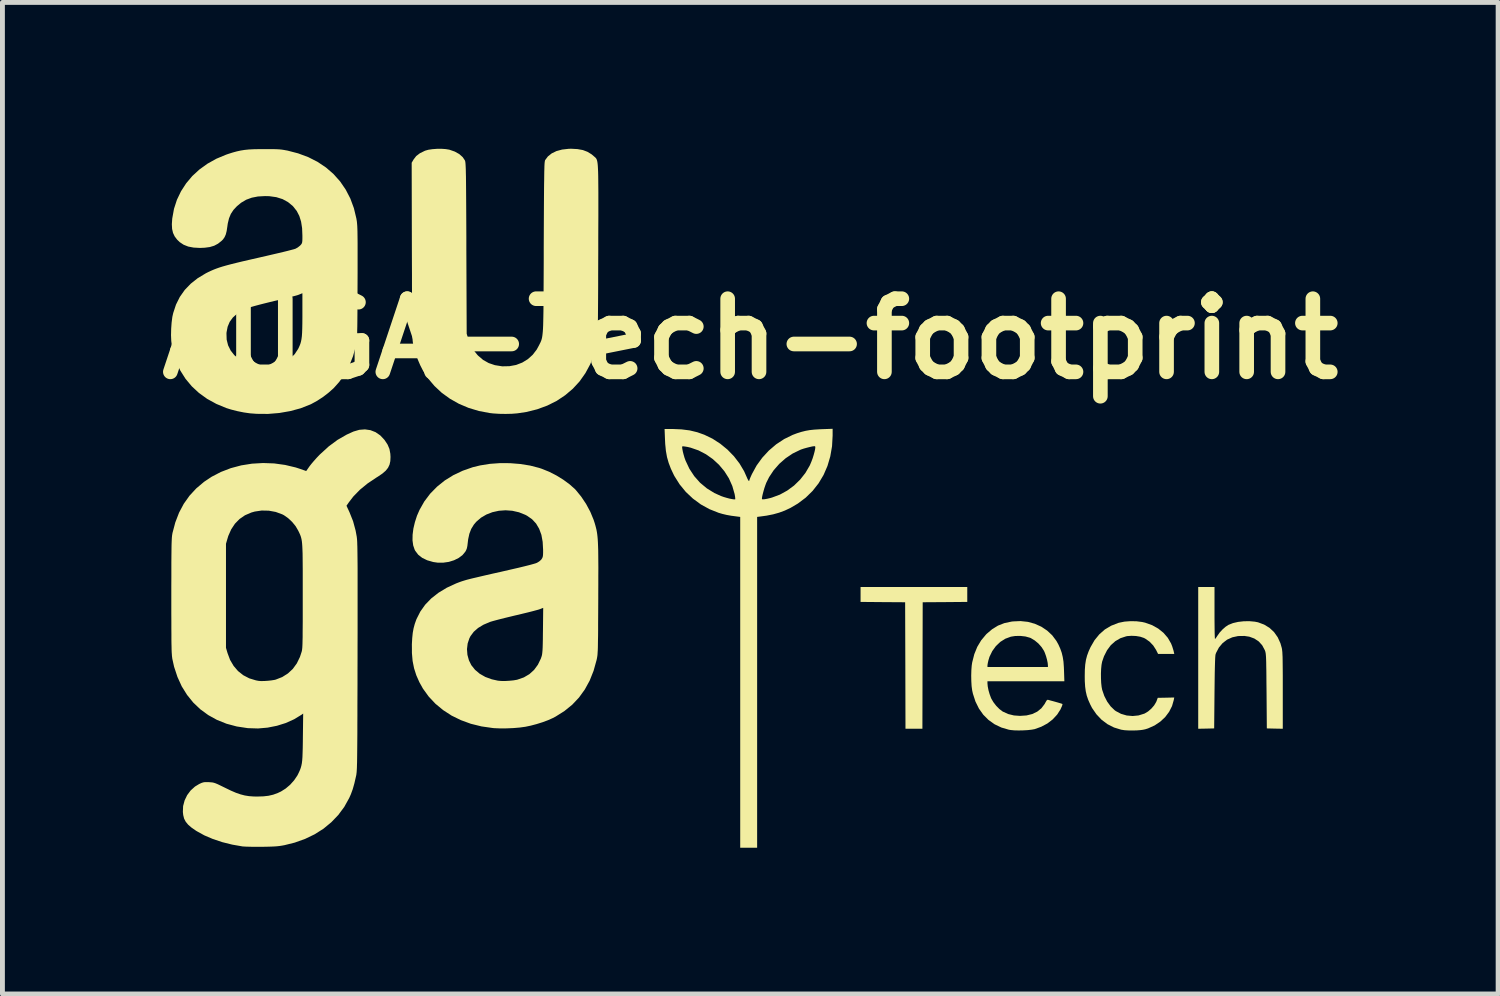
<source format=kicad_pcb>
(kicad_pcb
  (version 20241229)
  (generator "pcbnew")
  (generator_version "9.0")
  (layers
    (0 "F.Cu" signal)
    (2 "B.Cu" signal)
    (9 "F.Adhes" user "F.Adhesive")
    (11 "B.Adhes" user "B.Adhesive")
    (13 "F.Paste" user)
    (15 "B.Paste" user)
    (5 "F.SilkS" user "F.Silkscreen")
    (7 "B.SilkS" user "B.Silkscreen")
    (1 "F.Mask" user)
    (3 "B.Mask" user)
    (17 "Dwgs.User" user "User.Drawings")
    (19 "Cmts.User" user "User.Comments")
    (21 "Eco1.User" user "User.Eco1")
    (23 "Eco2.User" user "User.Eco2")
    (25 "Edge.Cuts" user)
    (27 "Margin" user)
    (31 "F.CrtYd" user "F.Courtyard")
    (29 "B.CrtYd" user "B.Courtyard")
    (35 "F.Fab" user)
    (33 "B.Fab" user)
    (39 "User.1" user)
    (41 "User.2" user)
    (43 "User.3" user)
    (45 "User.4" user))
  (footprint "AUGA-Tech-footprint"
    (layer "F.Cu")
    (at 11.836 7.147)
    (property "Reference" "AUGA-Tech-footprint" (at 0.5 -3.25 0) (layer "F.SilkS") (effects (font (size 1.5 1.5) (thickness 0.3))))
    (attr board_only exclude_from_pos_files exclude_from_bom)
    (fp_poly (pts (xy 4.949 1.993) (xy 4.949 2.146) (xy 4.492 2.15) (xy 4.035 2.153) (xy 4.032 3.45) (xy 4.029 4.747) (xy 3.855 4.747) (xy 3.682 4.747) (xy 3.679 3.45) (xy 3.675 2.153) (xy 3.218 2.15) (xy 2.761 2.146) (xy 2.761 1.993) (xy 2.761 1.84) (xy 3.855 1.84) (xy 4.949 1.84)) (stroke (width 0) (type solid)) (fill yes) (layer "F.SilkS"))
    (fp_poly (pts (xy 10.019 2.373) (xy 10.019 2.49) (xy 10.02 2.597) (xy 10.021 2.693) (xy 10.022 2.775) (xy 10.024 2.839) (xy 10.026 2.883) (xy 10.028 2.905) (xy 10.029 2.906) (xy 10.04 2.896) (xy 10.06 2.868) (xy 10.079 2.839) (xy 10.124 2.775) (xy 10.183 2.711) (xy 10.247 2.655) (xy 10.308 2.615) (xy 10.31 2.615) (xy 10.398 2.58) (xy 10.503 2.556) (xy 10.617 2.543) (xy 10.734 2.541) (xy 10.844 2.551) (xy 10.911 2.564) (xy 11.037 2.611) (xy 11.147 2.678) (xy 11.24 2.765) (xy 11.315 2.871) (xy 11.371 2.994) (xy 11.398 3.089) (xy 11.403 3.113) (xy 11.406 3.141) (xy 11.41 3.176) (xy 11.412 3.22) (xy 11.415 3.274) (xy 11.416 3.342) (xy 11.417 3.426) (xy 11.418 3.527) (xy 11.419 3.648) (xy 11.419 3.791) (xy 11.419 3.959) (xy 11.419 3.966) (xy 11.419 4.747) (xy 11.256 4.744) (xy 11.092 4.74) (xy 11.086 3.973) (xy 11.084 3.811) (xy 11.083 3.673) (xy 11.082 3.558) (xy 11.08 3.462) (xy 11.079 3.384) (xy 11.077 3.322) (xy 11.075 3.273) (xy 11.072 3.235) (xy 11.069 3.205) (xy 11.065 3.183) (xy 11.061 3.164) (xy 11.055 3.148) (xy 11.049 3.131) (xy 11.048 3.131) (xy 10.996 3.034) (xy 10.925 2.956) (xy 10.836 2.897) (xy 10.733 2.859) (xy 10.634 2.844) (xy 10.503 2.846) (xy 10.384 2.872) (xy 10.277 2.92) (xy 10.186 2.99) (xy 10.11 3.08) (xy 10.052 3.19) (xy 10.041 3.22) (xy 10.037 3.243) (xy 10.033 3.294) (xy 10.03 3.369) (xy 10.027 3.47) (xy 10.024 3.596) (xy 10.022 3.745) (xy 10.02 3.918) (xy 10.019 4) (xy 10.012 4.74) (xy 9.849 4.744) (xy 9.685 4.747) (xy 9.685 3.294) (xy 9.685 1.84) (xy 9.852 1.84) (xy 10.019 1.84)) (stroke (width 0) (type solid)) (fill yes) (layer "F.SilkS"))
    (fp_poly (pts (xy 8.419 2.543) (xy 8.536 2.558) (xy 8.597 2.572) (xy 8.74 2.623) (xy 8.865 2.693) (xy 8.973 2.78) (xy 9.061 2.882) (xy 9.128 2.998) (xy 9.151 3.056) (xy 9.166 3.104) (xy 9.18 3.15) (xy 9.184 3.17) (xy 9.194 3.213) (xy 9.028 3.213) (xy 8.862 3.213) (xy 8.82 3.129) (xy 8.762 3.039) (xy 8.686 2.96) (xy 8.597 2.898) (xy 8.569 2.884) (xy 8.497 2.86) (xy 8.409 2.845) (xy 8.317 2.841) (xy 8.23 2.847) (xy 8.206 2.852) (xy 8.09 2.89) (xy 7.985 2.951) (xy 7.892 3.034) (xy 7.815 3.138) (xy 7.753 3.26) (xy 7.714 3.373) (xy 7.702 3.438) (xy 7.694 3.521) (xy 7.69 3.615) (xy 7.691 3.713) (xy 7.695 3.807) (xy 7.704 3.889) (xy 7.715 3.947) (xy 7.759 4.075) (xy 7.818 4.19) (xy 7.89 4.289) (xy 7.971 4.367) (xy 7.996 4.385) (xy 8.102 4.441) (xy 8.218 4.475) (xy 8.34 4.486) (xy 8.461 4.474) (xy 8.577 4.438) (xy 8.589 4.433) (xy 8.657 4.392) (xy 8.723 4.335) (xy 8.781 4.268) (xy 8.821 4.201) (xy 8.829 4.184) (xy 8.855 4.113) (xy 9.024 4.11) (xy 9.193 4.106) (xy 9.184 4.156) (xy 9.148 4.282) (xy 9.088 4.4) (xy 9.007 4.508) (xy 8.907 4.601) (xy 8.791 4.679) (xy 8.66 4.738) (xy 8.649 4.742) (xy 8.598 4.758) (xy 8.55 4.768) (xy 8.498 4.775) (xy 8.433 4.78) (xy 8.371 4.782) (xy 8.263 4.782) (xy 8.175 4.777) (xy 8.104 4.766) (xy 7.958 4.721) (xy 7.824 4.653) (xy 7.703 4.562) (xy 7.598 4.451) (xy 7.508 4.321) (xy 7.469 4.245) (xy 7.429 4.154) (xy 7.399 4.067) (xy 7.379 3.979) (xy 7.366 3.882) (xy 7.359 3.77) (xy 7.358 3.667) (xy 7.36 3.538) (xy 7.368 3.43) (xy 7.383 3.334) (xy 7.406 3.246) (xy 7.438 3.159) (xy 7.477 3.073) (xy 7.559 2.931) (xy 7.657 2.811) (xy 7.769 2.712) (xy 7.898 2.635) (xy 8.042 2.578) (xy 8.065 2.572) (xy 8.173 2.55) (xy 8.294 2.541)) (stroke (width 0) (type solid)) (fill yes) (layer "F.SilkS"))
    (fp_poly (pts (xy 6.192 2.555) (xy 6.334 2.594) (xy 6.467 2.654) (xy 6.587 2.734) (xy 6.691 2.831) (xy 6.777 2.946) (xy 6.816 3.016) (xy 6.856 3.104) (xy 6.886 3.189) (xy 6.907 3.276) (xy 6.922 3.372) (xy 6.93 3.485) (xy 6.933 3.557) (xy 6.94 3.773) (xy 6.152 3.773) (xy 5.363 3.773) (xy 5.363 3.817) (xy 5.369 3.88) (xy 5.384 3.957) (xy 5.407 4.037) (xy 5.434 4.11) (xy 5.442 4.129) (xy 5.485 4.202) (xy 5.542 4.276) (xy 5.607 4.342) (xy 5.673 4.392) (xy 5.68 4.396) (xy 5.787 4.445) (xy 5.906 4.474) (xy 6.03 4.483) (xy 6.164 4.474) (xy 6.282 4.445) (xy 6.384 4.396) (xy 6.469 4.327) (xy 6.535 4.24) (xy 6.554 4.205) (xy 6.577 4.166) (xy 6.597 4.152) (xy 6.603 4.153) (xy 6.624 4.159) (xy 6.664 4.17) (xy 6.717 4.184) (xy 6.757 4.195) (xy 6.813 4.211) (xy 6.86 4.225) (xy 6.891 4.235) (xy 6.901 4.24) (xy 6.9 4.255) (xy 6.889 4.287) (xy 6.869 4.331) (xy 6.862 4.348) (xy 6.792 4.457) (xy 6.701 4.555) (xy 6.592 4.639) (xy 6.466 4.706) (xy 6.33 4.755) (xy 6.268 4.766) (xy 6.188 4.775) (xy 6.097 4.78) (xy 6.004 4.782) (xy 5.915 4.78) (xy 5.84 4.773) (xy 5.803 4.767) (xy 5.649 4.722) (xy 5.509 4.655) (xy 5.385 4.567) (xy 5.277 4.459) (xy 5.188 4.333) (xy 5.117 4.189) (xy 5.065 4.029) (xy 5.05 3.962) (xy 5.038 3.874) (xy 5.032 3.769) (xy 5.03 3.657) (xy 5.033 3.546) (xy 5.038 3.48) (xy 5.363 3.48) (xy 5.983 3.48) (xy 6.603 3.48) (xy 6.603 3.45) (xy 6.598 3.397) (xy 6.584 3.329) (xy 6.564 3.257) (xy 6.54 3.19) (xy 6.523 3.151) (xy 6.474 3.074) (xy 6.408 2.999) (xy 6.332 2.936) (xy 6.254 2.889) (xy 6.236 2.881) (xy 6.143 2.855) (xy 6.037 2.843) (xy 5.931 2.845) (xy 5.843 2.859) (xy 5.729 2.901) (xy 5.626 2.966) (xy 5.536 3.052) (xy 5.462 3.154) (xy 5.405 3.271) (xy 5.383 3.343) (xy 5.372 3.39) (xy 5.365 3.431) (xy 5.363 3.449) (xy 5.363 3.48) (xy 5.038 3.48) (xy 5.041 3.446) (xy 5.05 3.387) (xy 5.093 3.218) (xy 5.154 3.068) (xy 5.234 2.934) (xy 5.335 2.813) (xy 5.348 2.8) (xy 5.46 2.705) (xy 5.579 2.632) (xy 5.709 2.581) (xy 5.855 2.55) (xy 5.885 2.546) (xy 6.041 2.539)) (stroke (width 0) (type solid)) (fill yes) (layer "F.SilkS"))
    (fp_poly (pts (xy 2.188 -1.265) (xy 2.176 -1.046) (xy 2.14 -0.838) (xy 2.082 -0.641) (xy 2.002 -0.457) (xy 1.9 -0.286) (xy 1.778 -0.131) (xy 1.636 0.008) (xy 1.475 0.129) (xy 1.324 0.218) (xy 1.207 0.273) (xy 1.091 0.316) (xy 0.969 0.35) (xy 0.833 0.377) (xy 0.71 0.394) (xy 0.64 0.403) (xy 0.64 3.795) (xy 0.64 7.187) (xy 0.467 7.187) (xy 0.293 7.187) (xy 0.293 3.795) (xy 0.293 0.403) (xy 0.223 0.394) (xy 0.109 0.379) (xy 0.014 0.362) (xy -0.07 0.342) (xy -0.149 0.319) (xy -0.338 0.244) (xy -0.514 0.147) (xy -0.676 0.028) (xy -0.822 -0.109) (xy -0.949 -0.264) (xy -1.056 -0.434) (xy -1.07 -0.461) (xy -1.129 -0.586) (xy -1.174 -0.704) (xy -1.208 -0.823) (xy -1.231 -0.951) (xy -1.238 -1.024) (xy -0.898 -1.024) (xy -0.893 -0.986) (xy -0.883 -0.934) (xy -0.868 -0.875) (xy -0.85 -0.813) (xy -0.83 -0.757) (xy -0.828 -0.752) (xy -0.749 -0.584) (xy -0.649 -0.432) (xy -0.53 -0.298) (xy -0.392 -0.183) (xy -0.237 -0.087) (xy -0.102 -0.026) (xy -0.046 -0.006) (xy 0.015 0.012) (xy 0.075 0.028) (xy 0.128 0.038) (xy 0.168 0.044) (xy 0.189 0.042) (xy 0.19 0.042) (xy 0.192 0.025) (xy 0.191 0.024) (xy 0.738 0.024) (xy 0.74 0.039) (xy 0.757 0.043) (xy 0.795 0.04) (xy 0.85 0.03) (xy 0.917 0.014) (xy 0.947 0.005) (xy 1.106 -0.054) (xy 1.257 -0.137) (xy 1.397 -0.24) (xy 1.522 -0.362) (xy 1.63 -0.499) (xy 1.717 -0.648) (xy 1.728 -0.672) (xy 1.754 -0.734) (xy 1.779 -0.801) (xy 1.8 -0.869) (xy 1.817 -0.932) (xy 1.829 -0.986) (xy 1.833 -1.025) (xy 1.829 -1.045) (xy 1.828 -1.046) (xy 1.808 -1.047) (xy 1.769 -1.042) (xy 1.717 -1.03) (xy 1.657 -1.015) (xy 1.596 -0.998) (xy 1.54 -0.979) (xy 1.521 -0.971) (xy 1.369 -0.897) (xy 1.226 -0.801) (xy 1.095 -0.686) (xy 0.98 -0.555) (xy 0.885 -0.412) (xy 0.827 -0.296) (xy 0.808 -0.245) (xy 0.788 -0.186) (xy 0.77 -0.123) (xy 0.754 -0.063) (xy 0.743 -0.012) (xy 0.738 0.024) (xy 0.191 0.024) (xy 0.188 -0.01) (xy 0.18 -0.057) (xy 0.178 -0.067) (xy 0.131 -0.231) (xy 0.061 -0.388) (xy -0.031 -0.533) (xy -0.142 -0.666) (xy -0.269 -0.783) (xy -0.41 -0.882) (xy -0.562 -0.961) (xy -0.724 -1.017) (xy -0.787 -1.032) (xy -0.836 -1.04) (xy -0.874 -1.045) (xy -0.894 -1.044) (xy -0.895 -1.043) (xy -0.898 -1.024) (xy -1.238 -1.024) (xy -1.245 -1.092) (xy -1.25 -1.197) (xy -1.258 -1.4) (xy -1.092 -1.4) (xy -0.909 -1.392) (xy -0.743 -1.371) (xy -0.586 -1.333) (xy -0.443 -1.282) (xy -0.275 -1.201) (xy -0.116 -1.098) (xy 0.032 -0.977) (xy 0.165 -0.84) (xy 0.279 -0.692) (xy 0.373 -0.534) (xy 0.422 -0.424) (xy 0.444 -0.374) (xy 0.462 -0.342) (xy 0.474 -0.332) (xy 0.48 -0.343) (xy 0.48 -0.348) (xy 0.486 -0.366) (xy 0.5 -0.402) (xy 0.521 -0.449) (xy 0.534 -0.477) (xy 0.629 -0.651) (xy 0.746 -0.812) (xy 0.881 -0.958) (xy 1.031 -1.086) (xy 1.195 -1.194) (xy 1.369 -1.279) (xy 1.459 -1.313) (xy 1.549 -1.341) (xy 1.633 -1.362) (xy 1.717 -1.377) (xy 1.81 -1.387) (xy 1.92 -1.394) (xy 1.964 -1.396) (xy 2.188 -1.404)) (stroke (width 0) (type solid)) (fill yes) (layer "F.SilkS"))
    (fp_poly (pts (xy -3.046 -7.14) (xy -2.934 -7.12) (xy -2.839 -7.084) (xy -2.754 -7.032) (xy -2.714 -6.998) (xy -2.7 -6.986) (xy -2.687 -6.975) (xy -2.676 -6.965) (xy -2.666 -6.954) (xy -2.657 -6.941) (xy -2.649 -6.924) (xy -2.642 -6.902) (xy -2.636 -6.874) (xy -2.631 -6.838) (xy -2.627 -6.794) (xy -2.624 -6.738) (xy -2.621 -6.671) (xy -2.619 -6.591) (xy -2.618 -6.497) (xy -2.617 -6.386) (xy -2.616 -6.259) (xy -2.616 -6.113) (xy -2.616 -5.947) (xy -2.616 -5.76) (xy -2.617 -5.551) (xy -2.618 -5.317) (xy -2.618 -5.059) (xy -2.618 -5.047) (xy -2.619 -4.79) (xy -2.62 -4.559) (xy -2.62 -4.352) (xy -2.621 -4.167) (xy -2.622 -4.003) (xy -2.623 -3.859) (xy -2.624 -3.733) (xy -2.625 -3.624) (xy -2.626 -3.531) (xy -2.627 -3.451) (xy -2.629 -3.384) (xy -2.63 -3.328) (xy -2.632 -3.282) (xy -2.634 -3.245) (xy -2.637 -3.214) (xy -2.639 -3.189) (xy -2.642 -3.168) (xy -2.646 -3.15) (xy -2.646 -3.147) (xy -2.703 -2.932) (xy -2.781 -2.731) (xy -2.881 -2.546) (xy -3 -2.377) (xy -3.139 -2.226) (xy -3.297 -2.092) (xy -3.471 -1.976) (xy -3.663 -1.88) (xy -3.87 -1.804) (xy -4.092 -1.749) (xy -4.276 -1.721) (xy -4.389 -1.712) (xy -4.517 -1.709) (xy -4.648 -1.711) (xy -4.772 -1.719) (xy -4.843 -1.727) (xy -5.066 -1.769) (xy -5.278 -1.833) (xy -5.476 -1.917) (xy -5.66 -2.021) (xy -5.827 -2.142) (xy -5.977 -2.282) (xy -6.108 -2.437) (xy -6.218 -2.608) (xy -6.269 -2.708) (xy -6.318 -2.822) (xy -6.358 -2.933) (xy -6.393 -3.055) (xy -6.407 -3.112) (xy -6.411 -3.13) (xy -6.415 -3.147) (xy -6.418 -3.165) (xy -6.421 -3.186) (xy -6.424 -3.212) (xy -6.426 -3.242) (xy -6.428 -3.28) (xy -6.43 -3.325) (xy -6.431 -3.381) (xy -6.432 -3.447) (xy -6.434 -3.526) (xy -6.435 -3.619) (xy -6.435 -3.728) (xy -6.436 -3.853) (xy -6.437 -3.996) (xy -6.437 -4.158) (xy -6.438 -4.342) (xy -6.438 -4.548) (xy -6.439 -4.778) (xy -6.44 -5.033) (xy -6.44 -5.047) (xy -6.444 -6.86) (xy -6.404 -6.928) (xy -6.351 -6.997) (xy -6.275 -7.055) (xy -6.175 -7.104) (xy -6.165 -7.108) (xy -6.101 -7.126) (xy -6.02 -7.138) (xy -5.928 -7.145) (xy -5.835 -7.146) (xy -5.748 -7.14) (xy -5.675 -7.128) (xy -5.67 -7.127) (xy -5.561 -7.089) (xy -5.469 -7.038) (xy -5.398 -6.975) (xy -5.354 -6.91) (xy -5.351 -6.902) (xy -5.347 -6.892) (xy -5.345 -6.878) (xy -5.342 -6.86) (xy -5.34 -6.836) (xy -5.338 -6.804) (xy -5.336 -6.763) (xy -5.334 -6.713) (xy -5.333 -6.65) (xy -5.331 -6.575) (xy -5.33 -6.485) (xy -5.329 -6.379) (xy -5.328 -6.256) (xy -5.327 -6.115) (xy -5.326 -5.954) (xy -5.325 -5.771) (xy -5.324 -5.566) (xy -5.323 -5.337) (xy -5.323 -5.107) (xy -5.316 -3.353) (xy -5.285 -3.253) (xy -5.238 -3.129) (xy -5.179 -3.022) (xy -5.102 -2.926) (xy -5.083 -2.905) (xy -4.98 -2.817) (xy -4.865 -2.752) (xy -4.738 -2.709) (xy -4.594 -2.686) (xy -4.583 -2.685) (xy -4.439 -2.688) (xy -4.303 -2.713) (xy -4.176 -2.762) (xy -4.062 -2.832) (xy -3.963 -2.921) (xy -3.88 -3.029) (xy -3.844 -3.095) (xy -3.829 -3.123) (xy -3.817 -3.148) (xy -3.805 -3.171) (xy -3.795 -3.194) (xy -3.786 -3.217) (xy -3.778 -3.243) (xy -3.771 -3.272) (xy -3.765 -3.307) (xy -3.76 -3.349) (xy -3.755 -3.399) (xy -3.751 -3.458) (xy -3.748 -3.528) (xy -3.746 -3.611) (xy -3.744 -3.707) (xy -3.742 -3.819) (xy -3.741 -3.948) (xy -3.74 -4.095) (xy -3.739 -4.261) (xy -3.738 -4.449) (xy -3.737 -4.659) (xy -3.736 -4.893) (xy -3.736 -5.12) (xy -3.735 -5.373) (xy -3.734 -5.601) (xy -3.733 -5.805) (xy -3.732 -5.987) (xy -3.731 -6.147) (xy -3.73 -6.287) (xy -3.729 -6.409) (xy -3.727 -6.514) (xy -3.726 -6.602) (xy -3.725 -6.677) (xy -3.723 -6.738) (xy -3.722 -6.787) (xy -3.72 -6.826) (xy -3.718 -6.857) (xy -3.715 -6.879) (xy -3.713 -6.895) (xy -3.71 -6.906) (xy -3.707 -6.914) (xy -3.707 -6.914) (xy -3.65 -6.99) (xy -3.572 -7.052) (xy -3.475 -7.099) (xy -3.36 -7.13) (xy -3.229 -7.145) (xy -3.177 -7.147)) (stroke (width 0) (type solid)) (fill yes) (layer "F.SilkS"))
    (fp_poly (pts (xy -4.425 -0.699) (xy -4.216 -0.682) (xy -4.016 -0.65) (xy -3.83 -0.602) (xy -3.776 -0.584) (xy -3.625 -0.523) (xy -3.476 -0.447) (xy -3.335 -0.36) (xy -3.207 -0.266) (xy -3.098 -0.169) (xy -3.076 -0.146) (xy -2.967 -0.012) (xy -2.867 0.138) (xy -2.781 0.298) (xy -2.714 0.46) (xy -2.689 0.536) (xy -2.676 0.582) (xy -2.665 0.624) (xy -2.655 0.665) (xy -2.647 0.708) (xy -2.64 0.753) (xy -2.634 0.803) (xy -2.629 0.86) (xy -2.625 0.926) (xy -2.622 1.003) (xy -2.619 1.091) (xy -2.618 1.195) (xy -2.617 1.314) (xy -2.616 1.452) (xy -2.617 1.611) (xy -2.617 1.791) (xy -2.618 1.996) (xy -2.618 2.074) (xy -2.619 2.274) (xy -2.62 2.449) (xy -2.621 2.601) (xy -2.621 2.733) (xy -2.622 2.845) (xy -2.624 2.939) (xy -2.625 3.019) (xy -2.626 3.084) (xy -2.628 3.139) (xy -2.631 3.183) (xy -2.633 3.219) (xy -2.636 3.249) (xy -2.64 3.275) (xy -2.644 3.299) (xy -2.649 3.322) (xy -2.653 3.34) (xy -2.714 3.559) (xy -2.794 3.76) (xy -2.894 3.942) (xy -3.013 4.107) (xy -3.152 4.254) (xy -3.311 4.383) (xy -3.49 4.496) (xy -3.553 4.529) (xy -3.647 4.571) (xy -3.76 4.613) (xy -3.881 4.651) (xy -4.002 4.683) (xy -4.111 4.706) (xy -4.227 4.722) (xy -4.357 4.733) (xy -4.494 4.739) (xy -4.627 4.74) (xy -4.747 4.735) (xy -4.781 4.732) (xy -5.012 4.699) (xy -5.231 4.645) (xy -5.436 4.57) (xy -5.626 4.477) (xy -5.8 4.364) (xy -5.957 4.234) (xy -6.095 4.087) (xy -6.213 3.924) (xy -6.286 3.793) (xy -6.349 3.651) (xy -6.395 3.507) (xy -6.425 3.357) (xy -6.439 3.195) (xy -6.439 3.114) (xy -5.31 3.114) (xy -5.301 3.231) (xy -5.27 3.344) (xy -5.221 3.443) (xy -5.145 3.538) (xy -5.049 3.619) (xy -4.933 3.685) (xy -4.801 3.733) (xy -4.676 3.761) (xy -4.611 3.767) (xy -4.53 3.768) (xy -4.443 3.763) (xy -4.359 3.755) (xy -4.288 3.743) (xy -4.276 3.74) (xy -4.144 3.694) (xy -4.03 3.627) (xy -3.934 3.54) (xy -3.856 3.434) (xy -3.795 3.308) (xy -3.781 3.267) (xy -3.774 3.243) (xy -3.769 3.216) (xy -3.765 3.182) (xy -3.761 3.137) (xy -3.758 3.079) (xy -3.756 3.005) (xy -3.754 2.912) (xy -3.753 2.797) (xy -3.752 2.731) (xy -3.747 2.268) (xy -3.817 2.295) (xy -3.847 2.305) (xy -3.899 2.319) (xy -3.97 2.338) (xy -4.056 2.36) (xy -4.152 2.383) (xy -4.257 2.409) (xy -4.315 2.422) (xy -4.423 2.448) (xy -4.526 2.473) (xy -4.622 2.497) (xy -4.706 2.519) (xy -4.773 2.537) (xy -4.821 2.551) (xy -4.836 2.556) (xy -4.971 2.613) (xy -5.082 2.68) (xy -5.17 2.757) (xy -5.237 2.846) (xy -5.26 2.89) (xy -5.296 2.998) (xy -5.31 3.114) (xy -6.439 3.114) (xy -6.44 3.016) (xy -6.433 2.889) (xy -6.422 2.781) (xy -6.405 2.687) (xy -6.381 2.598) (xy -6.349 2.508) (xy -6.345 2.498) (xy -6.267 2.344) (xy -6.166 2.202) (xy -6.042 2.074) (xy -5.894 1.958) (xy -5.724 1.855) (xy -5.531 1.766) (xy -5.497 1.753) (xy -5.463 1.74) (xy -5.43 1.728) (xy -5.396 1.717) (xy -5.357 1.705) (xy -5.313 1.692) (xy -5.259 1.678) (xy -5.195 1.662) (xy -5.117 1.644) (xy -5.024 1.622) (xy -4.913 1.596) (xy -4.782 1.566) (xy -4.628 1.532) (xy -4.547 1.513) (xy -4.39 1.477) (xy -4.251 1.445) (xy -4.132 1.416) (xy -4.032 1.391) (xy -3.955 1.37) (xy -3.901 1.354) (xy -3.873 1.343) (xy -3.829 1.316) (xy -3.791 1.283) (xy -3.779 1.267) (xy -3.765 1.244) (xy -3.756 1.219) (xy -3.751 1.186) (xy -3.749 1.138) (xy -3.749 1.077) (xy -3.758 0.914) (xy -3.784 0.77) (xy -3.83 0.646) (xy -3.893 0.539) (xy -3.976 0.45) (xy -4.078 0.379) (xy -4.114 0.36) (xy -4.244 0.308) (xy -4.381 0.277) (xy -4.519 0.267) (xy -4.656 0.277) (xy -4.788 0.306) (xy -4.912 0.354) (xy -5.023 0.419) (xy -5.119 0.502) (xy -5.169 0.561) (xy -5.223 0.649) (xy -5.261 0.748) (xy -5.286 0.863) (xy -5.294 0.93) (xy -5.302 0.997) (xy -5.312 1.046) (xy -5.327 1.085) (xy -5.345 1.117) (xy -5.403 1.187) (xy -5.482 1.246) (xy -5.576 1.292) (xy -5.682 1.325) (xy -5.795 1.341) (xy -5.911 1.341) (xy -6.001 1.328) (xy -6.126 1.292) (xy -6.229 1.242) (xy -6.311 1.177) (xy -6.372 1.096) (xy -6.384 1.072) (xy -6.413 0.987) (xy -6.427 0.884) (xy -6.425 0.768) (xy -6.409 0.642) (xy -6.378 0.511) (xy -6.335 0.378) (xy -6.283 0.259) (xy -6.185 0.086) (xy -6.065 -0.073) (xy -5.925 -0.216) (xy -5.766 -0.344) (xy -5.59 -0.453) (xy -5.398 -0.544) (xy -5.192 -0.616) (xy -5.04 -0.653) (xy -4.842 -0.685) (xy -4.635 -0.7)) (stroke (width 0) (type solid)) (fill yes) (layer "F.SilkS"))
    (fp_poly (pts (xy -9.37 -7.139) (xy -9.284 -7.139) (xy -9.215 -7.137) (xy -9.158 -7.134) (xy -9.109 -7.129) (xy -9.063 -7.122) (xy -9.014 -7.113) (xy -8.995 -7.11) (xy -8.772 -7.052) (xy -8.565 -6.975) (xy -8.374 -6.878) (xy -8.201 -6.762) (xy -8.047 -6.628) (xy -7.912 -6.477) (xy -7.797 -6.309) (xy -7.702 -6.126) (xy -7.629 -5.928) (xy -7.578 -5.716) (xy -7.569 -5.662) (xy -7.566 -5.634) (xy -7.563 -5.602) (xy -7.56 -5.563) (xy -7.558 -5.515) (xy -7.556 -5.457) (xy -7.555 -5.387) (xy -7.554 -5.303) (xy -7.553 -5.203) (xy -7.553 -5.085) (xy -7.553 -4.949) (xy -7.553 -4.791) (xy -7.553 -4.61) (xy -7.554 -4.404) (xy -7.554 -4.382) (xy -7.555 -4.18) (xy -7.556 -4.003) (xy -7.556 -3.85) (xy -7.557 -3.717) (xy -7.558 -3.603) (xy -7.559 -3.508) (xy -7.561 -3.427) (xy -7.562 -3.36) (xy -7.564 -3.306) (xy -7.566 -3.261) (xy -7.569 -3.224) (xy -7.572 -3.194) (xy -7.575 -3.168) (xy -7.579 -3.144) (xy -7.584 -3.122) (xy -7.588 -3.104) (xy -7.647 -2.892) (xy -7.723 -2.7) (xy -7.816 -2.525) (xy -7.929 -2.366) (xy -8.043 -2.238) (xy -8.144 -2.148) (xy -8.26 -2.058) (xy -8.384 -1.977) (xy -8.505 -1.911) (xy -8.527 -1.901) (xy -8.723 -1.824) (xy -8.935 -1.767) (xy -9.159 -1.728) (xy -9.39 -1.709) (xy -9.624 -1.711) (xy -9.758 -1.721) (xy -9.884 -1.739) (xy -10.018 -1.766) (xy -10.148 -1.799) (xy -10.244 -1.829) (xy -10.449 -1.914) (xy -10.637 -2.017) (xy -10.805 -2.138) (xy -10.953 -2.275) (xy -11.081 -2.428) (xy -11.188 -2.597) (xy -11.273 -2.779) (xy -11.335 -2.975) (xy -11.361 -3.098) (xy -11.374 -3.204) (xy -11.379 -3.325) (xy -11.378 -3.36) (xy -10.242 -3.36) (xy -10.238 -3.233) (xy -10.209 -3.116) (xy -10.156 -3.009) (xy -10.081 -2.914) (xy -9.982 -2.833) (xy -9.882 -2.774) (xy -9.787 -2.733) (xy -9.696 -2.705) (xy -9.601 -2.69) (xy -9.494 -2.684) (xy -9.425 -2.685) (xy -9.345 -2.689) (xy -9.283 -2.695) (xy -9.229 -2.705) (xy -9.175 -2.72) (xy -9.16 -2.725) (xy -9.034 -2.779) (xy -8.928 -2.849) (xy -8.842 -2.936) (xy -8.773 -3.041) (xy -8.764 -3.059) (xy -8.744 -3.103) (xy -8.727 -3.146) (xy -8.714 -3.191) (xy -8.704 -3.241) (xy -8.696 -3.301) (xy -8.691 -3.373) (xy -8.688 -3.46) (xy -8.686 -3.566) (xy -8.685 -3.693) (xy -8.685 -3.755) (xy -8.685 -4.184) (xy -8.761 -4.153) (xy -8.793 -4.142) (xy -8.848 -4.127) (xy -8.92 -4.108) (xy -9.007 -4.086) (xy -9.104 -4.062) (xy -9.208 -4.037) (xy -9.252 -4.027) (xy -9.359 -4.001) (xy -9.464 -3.975) (xy -9.562 -3.95) (xy -9.648 -3.927) (xy -9.719 -3.907) (xy -9.769 -3.892) (xy -9.781 -3.888) (xy -9.916 -3.829) (xy -10.026 -3.762) (xy -10.112 -3.685) (xy -10.176 -3.597) (xy -10.218 -3.497) (xy -10.24 -3.384) (xy -10.242 -3.36) (xy -11.378 -3.36) (xy -11.376 -3.454) (xy -11.367 -3.581) (xy -11.352 -3.698) (xy -11.334 -3.778) (xy -11.277 -3.951) (xy -11.198 -4.109) (xy -11.098 -4.251) (xy -10.975 -4.379) (xy -10.831 -4.493) (xy -10.663 -4.594) (xy -10.615 -4.618) (xy -10.562 -4.643) (xy -10.509 -4.666) (xy -10.453 -4.688) (xy -10.391 -4.71) (xy -10.321 -4.732) (xy -10.24 -4.755) (xy -10.146 -4.78) (xy -10.037 -4.807) (xy -9.909 -4.838) (xy -9.761 -4.872) (xy -9.59 -4.911) (xy -9.551 -4.92) (xy -9.42 -4.95) (xy -9.296 -4.979) (xy -9.18 -5.006) (xy -9.075 -5.031) (xy -8.986 -5.053) (xy -8.913 -5.072) (xy -8.86 -5.086) (xy -8.831 -5.095) (xy -8.828 -5.096) (xy -8.781 -5.122) (xy -8.738 -5.156) (xy -8.724 -5.169) (xy -8.707 -5.189) (xy -8.696 -5.208) (xy -8.689 -5.232) (xy -8.686 -5.265) (xy -8.685 -5.315) (xy -8.685 -5.366) (xy -8.691 -5.519) (xy -8.712 -5.653) (xy -8.748 -5.768) (xy -8.8 -5.869) (xy -8.869 -5.957) (xy -8.882 -5.972) (xy -8.98 -6.053) (xy -9.092 -6.114) (xy -9.22 -6.154) (xy -9.364 -6.174) (xy -9.452 -6.176) (xy -9.597 -6.168) (xy -9.724 -6.143) (xy -9.838 -6.101) (xy -9.941 -6.04) (xy -10.028 -5.968) (xy -10.099 -5.892) (xy -10.152 -5.811) (xy -10.19 -5.719) (xy -10.216 -5.61) (xy -10.224 -5.552) (xy -10.238 -5.46) (xy -10.256 -5.389) (xy -10.281 -5.333) (xy -10.313 -5.287) (xy -10.341 -5.259) (xy -10.415 -5.2) (xy -10.494 -5.158) (xy -10.584 -5.131) (xy -10.689 -5.117) (xy -10.786 -5.113) (xy -10.916 -5.12) (xy -11.026 -5.141) (xy -11.12 -5.178) (xy -11.2 -5.231) (xy -11.253 -5.282) (xy -11.304 -5.349) (xy -11.338 -5.421) (xy -11.357 -5.503) (xy -11.362 -5.6) (xy -11.354 -5.716) (xy -11.353 -5.721) (xy -11.318 -5.915) (xy -11.258 -6.1) (xy -11.174 -6.275) (xy -11.069 -6.437) (xy -10.943 -6.587) (xy -10.797 -6.721) (xy -10.632 -6.84) (xy -10.449 -6.942) (xy -10.25 -7.025) (xy -10.21 -7.039) (xy -10.116 -7.069) (xy -10.032 -7.092) (xy -9.951 -7.11) (xy -9.869 -7.123) (xy -9.78 -7.132) (xy -9.678 -7.137) (xy -9.558 -7.139) (xy -9.478 -7.139)) (stroke (width 0) (type solid)) (fill yes) (layer "F.SilkS"))
    (fp_poly (pts (xy -7.29 -1.376) (xy -7.185 -1.335) (xy -7.089 -1.269) (xy -7.005 -1.18) (xy -6.998 -1.171) (xy -6.938 -1.08) (xy -6.9 -0.99) (xy -6.882 -0.894) (xy -6.878 -0.827) (xy -6.882 -0.741) (xy -6.898 -0.669) (xy -6.929 -0.604) (xy -6.976 -0.545) (xy -7.043 -0.487) (xy -7.132 -0.426) (xy -7.166 -0.405) (xy -7.347 -0.284) (xy -7.506 -0.154) (xy -7.641 -0.015) (xy -7.731 0.102) (xy -7.781 0.174) (xy -7.72 0.305) (xy -7.646 0.49) (xy -7.594 0.682) (xy -7.57 0.812) (xy -7.568 0.833) (xy -7.565 0.857) (xy -7.563 0.886) (xy -7.561 0.922) (xy -7.56 0.966) (xy -7.558 1.018) (xy -7.557 1.08) (xy -7.556 1.153) (xy -7.555 1.239) (xy -7.554 1.338) (xy -7.553 1.452) (xy -7.553 1.582) (xy -7.553 1.73) (xy -7.553 1.896) (xy -7.553 2.082) (xy -7.553 2.288) (xy -7.553 2.517) (xy -7.553 2.769) (xy -7.554 3.045) (xy -7.554 3.273) (xy -7.555 3.565) (xy -7.555 3.831) (xy -7.556 4.073) (xy -7.557 4.292) (xy -7.557 4.49) (xy -7.558 4.667) (xy -7.558 4.824) (xy -7.559 4.964) (xy -7.56 5.087) (xy -7.561 5.194) (xy -7.562 5.287) (xy -7.563 5.367) (xy -7.564 5.435) (xy -7.566 5.492) (xy -7.567 5.54) (xy -7.569 5.58) (xy -7.571 5.613) (xy -7.573 5.641) (xy -7.576 5.664) (xy -7.578 5.683) (xy -7.581 5.701) (xy -7.585 5.718) (xy -7.587 5.727) (xy -7.619 5.867) (xy -7.653 5.987) (xy -7.692 6.093) (xy -7.725 6.167) (xy -7.826 6.349) (xy -7.949 6.515) (xy -8.092 6.664) (xy -8.253 6.797) (xy -8.433 6.911) (xy -8.63 7.006) (xy -8.843 7.082) (xy -9.052 7.134) (xy -9.107 7.144) (xy -9.16 7.152) (xy -9.218 7.158) (xy -9.284 7.162) (xy -9.366 7.165) (xy -9.466 7.167) (xy -9.512 7.168) (xy -9.606 7.168) (xy -9.697 7.168) (xy -9.78 7.166) (xy -9.848 7.164) (xy -9.897 7.161) (xy -9.912 7.16) (xy -10.124 7.123) (xy -10.329 7.072) (xy -10.52 7.008) (xy -10.696 6.933) (xy -10.85 6.848) (xy -10.868 6.837) (xy -10.96 6.773) (xy -11.029 6.713) (xy -11.078 6.653) (xy -11.111 6.589) (xy -11.129 6.516) (xy -11.136 6.452) (xy -11.131 6.332) (xy -11.1 6.216) (xy -11.048 6.108) (xy -10.976 6.012) (xy -10.887 5.932) (xy -10.803 5.881) (xy -10.756 5.859) (xy -10.72 5.847) (xy -10.683 5.841) (xy -10.635 5.841) (xy -10.603 5.842) (xy -10.563 5.845) (xy -10.53 5.848) (xy -10.498 5.855) (xy -10.463 5.867) (xy -10.42 5.885) (xy -10.364 5.912) (xy -10.29 5.948) (xy -10.272 5.957) (xy -10.152 6.015) (xy -10.048 6.06) (xy -9.955 6.092) (xy -9.867 6.115) (xy -9.779 6.129) (xy -9.684 6.136) (xy -9.605 6.137) (xy -9.483 6.133) (xy -9.379 6.121) (xy -9.284 6.099) (xy -9.191 6.065) (xy -9.123 6.033) (xy -9.028 5.973) (xy -8.936 5.895) (xy -8.854 5.803) (xy -8.789 5.707) (xy -8.775 5.68) (xy -8.752 5.632) (xy -8.733 5.589) (xy -8.718 5.547) (xy -8.706 5.503) (xy -8.696 5.454) (xy -8.689 5.396) (xy -8.684 5.327) (xy -8.681 5.243) (xy -8.678 5.141) (xy -8.676 5.017) (xy -8.675 4.921) (xy -8.669 4.435) (xy -8.7 4.458) (xy -8.854 4.552) (xy -9.025 4.629) (xy -9.207 4.686) (xy -9.399 4.724) (xy -9.594 4.741) (xy -9.79 4.735) (xy -9.808 4.734) (xy -10.032 4.7) (xy -10.241 4.644) (xy -10.436 4.566) (xy -10.615 4.467) (xy -10.778 4.348) (xy -10.923 4.21) (xy -11.05 4.053) (xy -11.159 3.878) (xy -11.247 3.685) (xy -11.316 3.476) (xy -11.348 3.332) (xy -11.353 3.309) (xy -11.356 3.284) (xy -11.36 3.255) (xy -11.362 3.222) (xy -11.365 3.181) (xy -11.367 3.132) (xy -11.368 3.087) (xy -10.252 3.087) (xy -10.221 3.193) (xy -10.168 3.335) (xy -10.095 3.459) (xy -10.005 3.564) (xy -9.898 3.649) (xy -9.775 3.713) (xy -9.637 3.755) (xy -9.585 3.765) (xy -9.534 3.769) (xy -9.466 3.768) (xy -9.391 3.763) (xy -9.318 3.755) (xy -9.256 3.745) (xy -9.232 3.739) (xy -9.099 3.687) (xy -8.982 3.613) (xy -8.882 3.52) (xy -8.799 3.406) (xy -8.735 3.274) (xy -8.702 3.173) (xy -8.697 3.156) (xy -8.693 3.136) (xy -8.69 3.112) (xy -8.687 3.083) (xy -8.685 3.045) (xy -8.683 2.998) (xy -8.682 2.939) (xy -8.68 2.867) (xy -8.68 2.779) (xy -8.679 2.674) (xy -8.678 2.551) (xy -8.678 2.406) (xy -8.678 2.239) (xy -8.678 2.047) (xy -8.678 2.02) (xy -8.678 1.82) (xy -8.678 1.645) (xy -8.678 1.492) (xy -8.679 1.361) (xy -8.68 1.248) (xy -8.681 1.153) (xy -8.684 1.072) (xy -8.687 1.005) (xy -8.691 0.949) (xy -8.696 0.902) (xy -8.703 0.862) (xy -8.711 0.828) (xy -8.72 0.798) (xy -8.731 0.769) (xy -8.744 0.74) (xy -8.759 0.708) (xy -8.772 0.682) (xy -8.824 0.593) (xy -8.895 0.506) (xy -8.977 0.429) (xy -9.062 0.369) (xy -9.098 0.35) (xy -9.232 0.301) (xy -9.374 0.275) (xy -9.52 0.272) (xy -9.662 0.293) (xy -9.732 0.313) (xy -9.862 0.369) (xy -9.974 0.446) (xy -10.068 0.542) (xy -10.145 0.658) (xy -10.205 0.794) (xy -10.221 0.847) (xy -10.252 0.953) (xy -10.252 2.02) (xy -10.252 3.087) (xy -11.368 3.087) (xy -11.368 3.071) (xy -11.37 2.999) (xy -11.371 2.912) (xy -11.371 2.809) (xy -11.372 2.688) (xy -11.372 2.548) (xy -11.373 2.386) (xy -11.373 2.201) (xy -11.373 2.027) (xy -11.373 1.821) (xy -11.372 1.639) (xy -11.372 1.481) (xy -11.372 1.344) (xy -11.371 1.227) (xy -11.37 1.127) (xy -11.369 1.043) (xy -11.368 0.974) (xy -11.366 0.916) (xy -11.364 0.869) (xy -11.362 0.831) (xy -11.359 0.8) (xy -11.356 0.774) (xy -11.352 0.751) (xy -11.349 0.733) (xy -11.291 0.515) (xy -11.214 0.315) (xy -11.117 0.133) (xy -10.999 -0.033) (xy -10.86 -0.183) (xy -10.701 -0.317) (xy -10.545 -0.421) (xy -10.356 -0.519) (xy -10.153 -0.597) (xy -9.939 -0.654) (xy -9.718 -0.689) (xy -9.492 -0.702) (xy -9.265 -0.694) (xy -9.04 -0.663) (xy -8.821 -0.611) (xy -8.73 -0.581) (xy -8.607 -0.538) (xy -8.536 -0.639) (xy -8.499 -0.686) (xy -8.45 -0.744) (xy -8.393 -0.808) (xy -8.334 -0.87) (xy -8.317 -0.886) (xy -8.144 -1.044) (xy -7.964 -1.177) (xy -7.776 -1.285) (xy -7.637 -1.348) (xy -7.518 -1.383) (xy -7.402 -1.392)) (stroke (width 0) (type solid)) (fill yes) (layer "F.SilkS")))
  (gr_rect
    (start -3 -3)
    (end 27.671 17.333)
    (stroke (width 0.1) (type default))
    (fill no)
    (layer "Edge.Cuts")))
</source>
